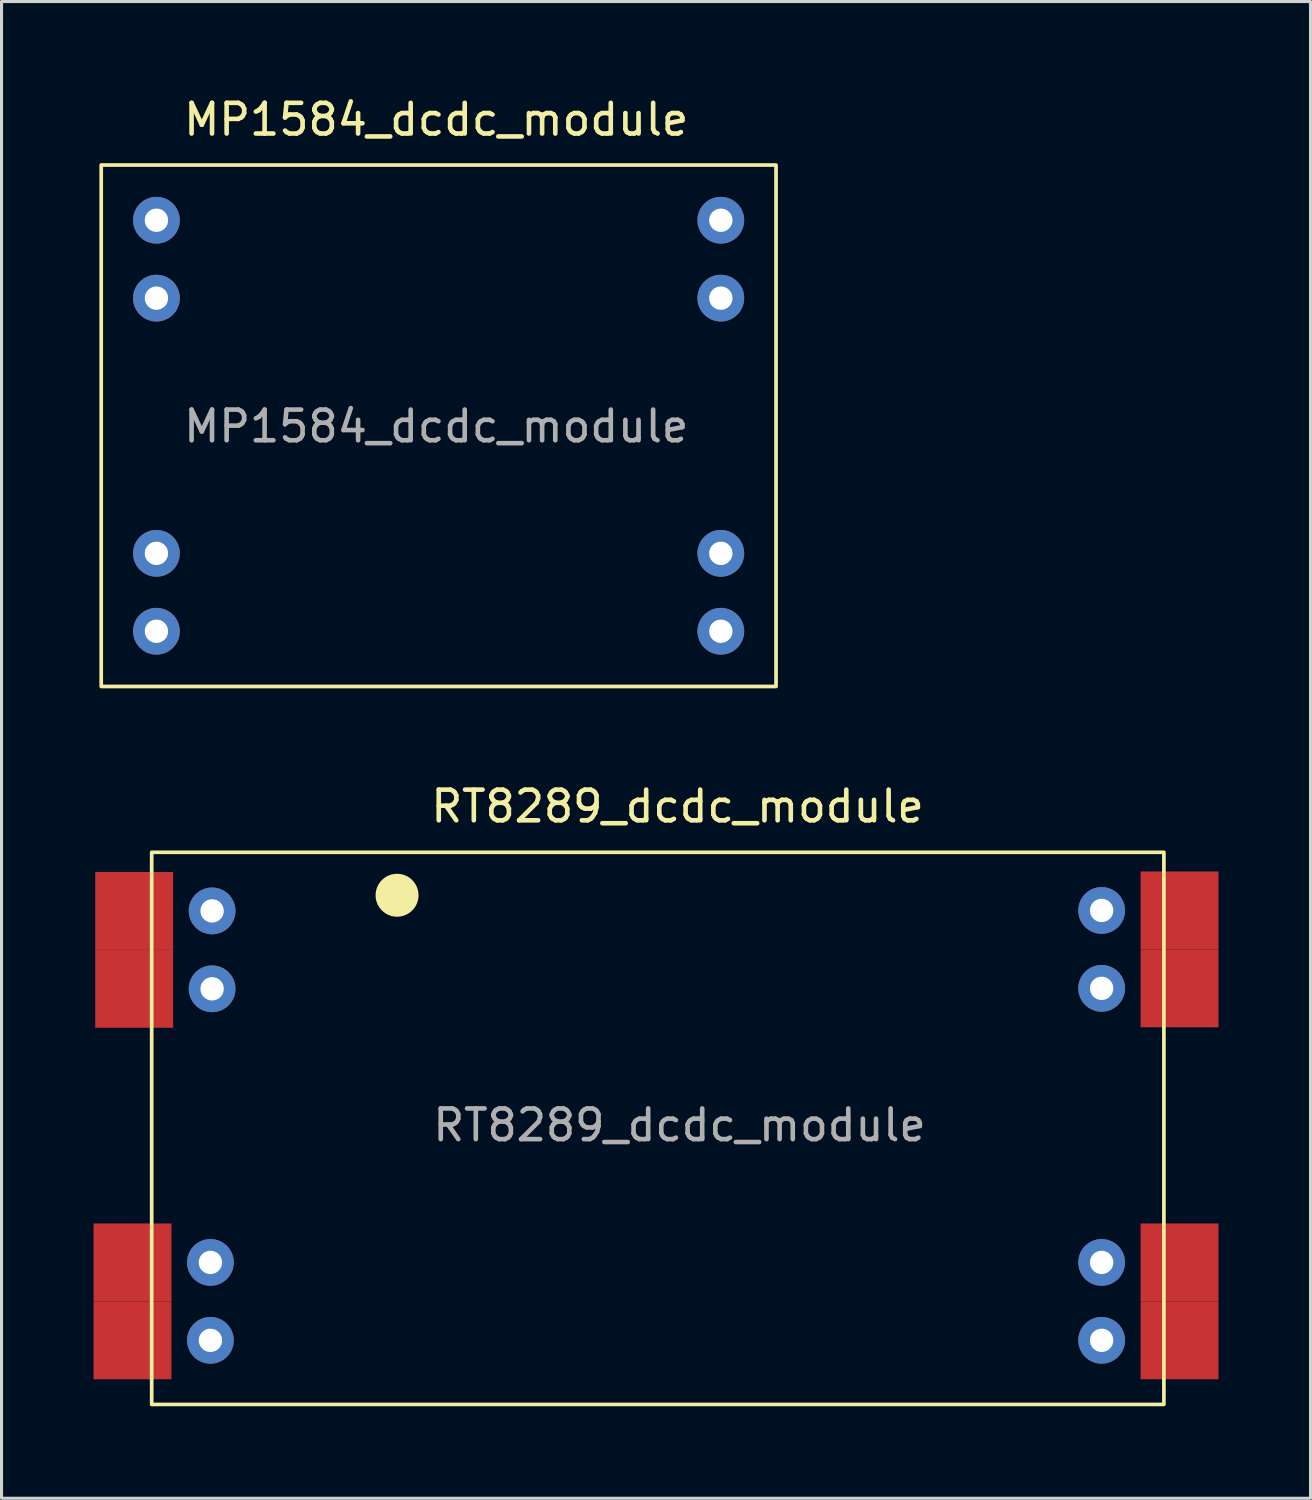
<source format=kicad_pcb>
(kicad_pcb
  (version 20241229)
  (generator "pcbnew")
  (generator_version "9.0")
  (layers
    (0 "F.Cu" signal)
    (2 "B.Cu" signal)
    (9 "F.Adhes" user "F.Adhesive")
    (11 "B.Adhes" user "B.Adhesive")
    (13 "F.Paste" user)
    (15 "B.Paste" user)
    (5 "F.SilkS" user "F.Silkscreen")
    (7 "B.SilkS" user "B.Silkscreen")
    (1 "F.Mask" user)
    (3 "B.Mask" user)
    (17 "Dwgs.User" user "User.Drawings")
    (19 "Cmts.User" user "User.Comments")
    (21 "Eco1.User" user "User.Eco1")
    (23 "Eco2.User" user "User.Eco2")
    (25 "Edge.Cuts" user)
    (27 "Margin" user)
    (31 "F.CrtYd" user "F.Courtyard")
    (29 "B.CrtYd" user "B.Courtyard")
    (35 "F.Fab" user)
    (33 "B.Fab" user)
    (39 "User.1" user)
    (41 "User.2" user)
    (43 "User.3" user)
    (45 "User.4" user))
  (footprint "RT8289_dcdc_module"
    (layer "F.Cu")
    (at 1.895 24.737)
    (property "Reference" "RT8289_dcdc_module" (at 17.145 -1.499 0) (unlocked yes) (layer "F.SilkS") (effects (font (size 1 1) (thickness 0.15))))
    (fp_rect (start 0 0) (end 33 18) (stroke (width 0.12) (type solid)) (fill no) (layer "F.SilkS"))
    (fp_circle (center 8 1.4) (end 8.7 1.4) (stroke (width 0) (type solid)) (fill yes) (layer "F.SilkS"))
    (fp_text user "${REFERENCE}" (at 17.21 8.895 0) (unlocked yes) (layer "F.Fab") (effects (font (size 1 1) (thickness 0.15))))
    (pad "1" smd rect (at -0.57 1.91) (size 2.54 2.54) (layers "F.Cu" "F.Mask" "F.Paste"))
    (pad "1" smd rect (at -0.57 4.45) (size 2.54 2.54) (layers "F.Cu" "F.Mask" "F.Paste"))
    (pad "1" thru_hole circle (at 1.97 1.91) (size 1.524 1.524) (drill 0.762) (layers "*.Cu" "*.Mask"))
    (pad "1" thru_hole circle (at 1.97 4.45) (size 1.524 1.524) (drill 0.762) (layers "*.Cu" "*.Mask"))
    (pad "2" smd rect (at -0.625 13.37) (size 2.54 2.54) (layers "F.Cu" "F.Mask" "F.Paste"))
    (pad "2" smd rect (at -0.625 15.91) (size 2.54 2.54) (layers "F.Cu" "F.Mask" "F.Paste"))
    (pad "2" thru_hole circle (at 1.915 13.37) (size 1.524 1.524) (drill 0.762) (layers "*.Cu" "*.Mask"))
    (pad "2" thru_hole circle (at 1.915 15.91) (size 1.524 1.524) (drill 0.762) (layers "*.Cu" "*.Mask"))
    (pad "3" thru_hole circle (at 30.97 1.895) (size 1.524 1.524) (drill 0.762) (layers "*.Cu" "*.Mask"))
    (pad "3" thru_hole circle (at 30.97 4.435) (size 1.524 1.524) (drill 0.762) (layers "*.Cu" "*.Mask"))
    (pad "3" smd rect (at 33.51 1.895) (size 2.54 2.54) (layers "F.Cu" "F.Mask" "F.Paste"))
    (pad "3" smd rect (at 33.51 4.435) (size 2.54 2.54) (layers "F.Cu" "F.Mask" "F.Paste"))
    (pad "4" thru_hole circle (at 30.97 13.37) (size 1.524 1.524) (drill 0.762) (layers "*.Cu" "*.Mask"))
    (pad "4" thru_hole circle (at 30.97 15.91) (size 1.524 1.524) (drill 0.762) (layers "*.Cu" "*.Mask"))
    (pad "4" smd rect (at 33.51 13.37) (size 2.54 2.54) (layers "F.Cu" "F.Mask" "F.Paste"))
    (pad "4" smd rect (at 33.51 15.91) (size 2.54 2.54) (layers "F.Cu" "F.Mask" "F.Paste")))
  (footprint "MP1584_dcdc_module"
    (layer "F.Cu")
    (at 0.25 2.33)
    (property "Reference" "MP1584_dcdc_module" (at 10.922 -1.482 0) (unlocked yes) (layer "F.SilkS") (effects (font (size 1 1) (thickness 0.15))))
    (fp_rect (start 0 0) (end 22 17) (stroke (width 0.12) (type solid)) (fill no) (layer "F.SilkS"))
    (fp_text user "${REFERENCE}" (at 10.922 8.518 0) (unlocked yes) (layer "F.Fab") (effects (font (size 1 1) (thickness 0.15))))
    (pad "1" thru_hole circle (at 1.8 12.66) (size 1.524 1.524) (drill 0.762) (layers "*.Cu" "*.Mask"))
    (pad "1" thru_hole circle (at 1.8 15.2) (size 1.524 1.524) (drill 0.762) (layers "*.Cu" "*.Mask"))
    (pad "2" thru_hole circle (at 1.8 1.8) (size 1.524 1.524) (drill 0.762) (layers "*.Cu" "*.Mask"))
    (pad "2" thru_hole circle (at 1.8 4.34) (size 1.524 1.524) (drill 0.762) (layers "*.Cu" "*.Mask"))
    (pad "3" thru_hole circle (at 20.2 12.66) (size 1.524 1.524) (drill 0.762) (layers "*.Cu" "*.Mask"))
    (pad "3" thru_hole circle (at 20.2 15.2) (size 1.524 1.524) (drill 0.762) (layers "*.Cu" "*.Mask"))
    (pad "4" thru_hole circle (at 20.2 1.8) (size 1.524 1.524) (drill 0.762) (layers "*.Cu" "*.Mask"))
    (pad "4" thru_hole circle (at 20.2 4.34) (size 1.524 1.524) (drill 0.762) (layers "*.Cu" "*.Mask")))
  (gr_rect
    (start -3 -3)
    (end 39.675 45.797)
    (stroke (width 0.1) (type default))
    (fill no)
    (layer "Edge.Cuts")))
</source>
